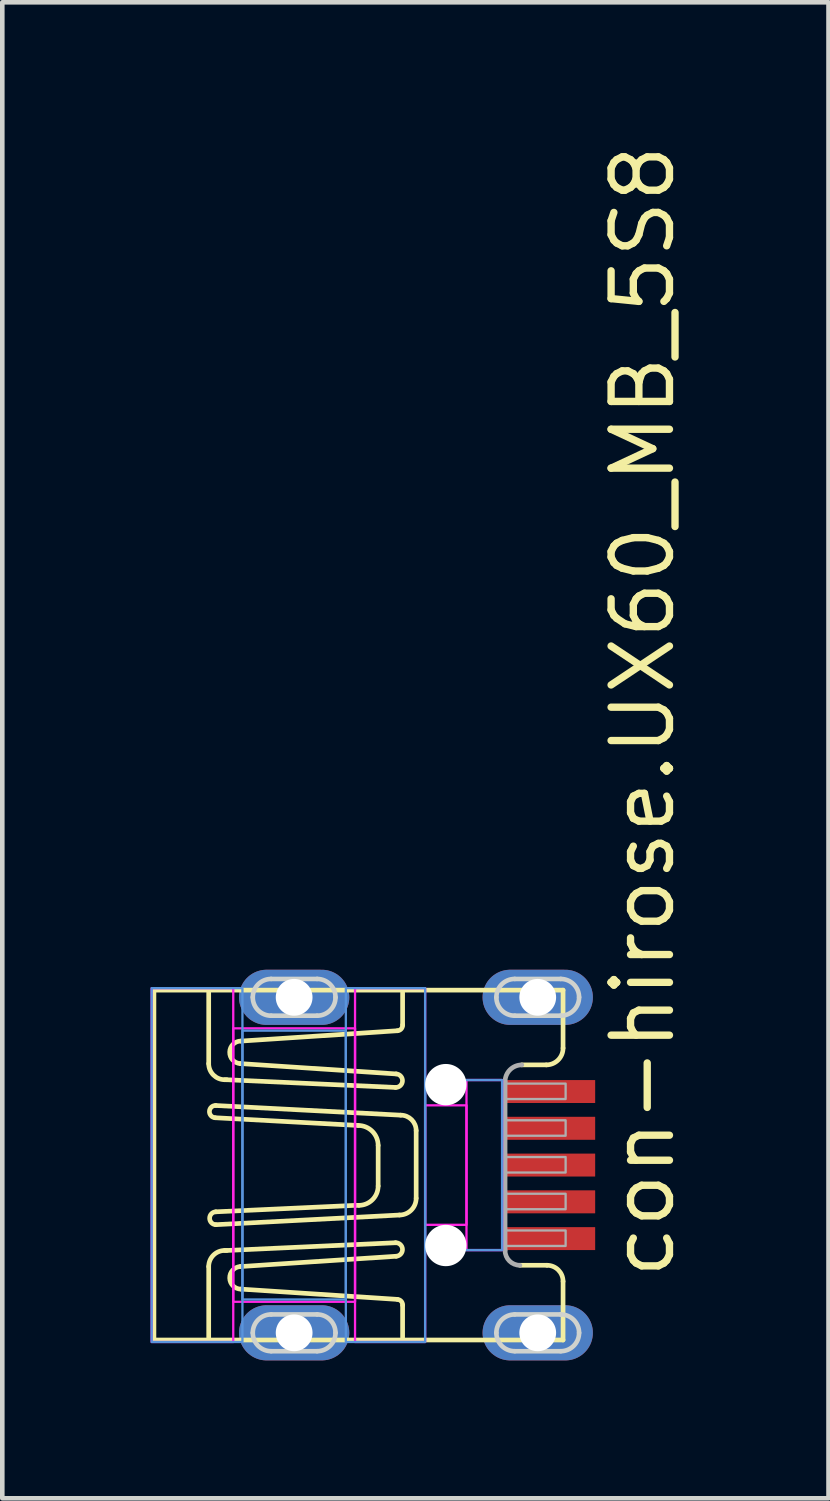
<source format=kicad_pcb>
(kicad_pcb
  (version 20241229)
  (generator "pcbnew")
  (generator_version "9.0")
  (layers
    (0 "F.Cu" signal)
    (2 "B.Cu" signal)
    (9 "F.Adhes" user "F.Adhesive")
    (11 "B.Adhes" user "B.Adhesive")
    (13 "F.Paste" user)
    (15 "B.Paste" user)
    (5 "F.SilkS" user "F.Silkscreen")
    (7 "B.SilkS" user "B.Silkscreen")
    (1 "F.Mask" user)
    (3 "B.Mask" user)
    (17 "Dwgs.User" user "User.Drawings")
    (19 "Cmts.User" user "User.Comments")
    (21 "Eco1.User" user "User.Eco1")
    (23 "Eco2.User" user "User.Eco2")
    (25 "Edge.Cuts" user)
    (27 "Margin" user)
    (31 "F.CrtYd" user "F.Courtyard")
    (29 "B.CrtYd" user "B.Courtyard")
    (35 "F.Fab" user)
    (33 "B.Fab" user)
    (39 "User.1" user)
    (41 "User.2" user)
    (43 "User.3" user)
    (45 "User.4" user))
  (footprint "con-hirose.UX60_MB_5S8"
    (layer "F.Cu")
    (at 0.25 22.3)
    (property "Reference" "con-hirose.UX60_MB_5S8" (at 11.43 2.54 90) (layer "F.SilkS") (effects (font (size 1.27 1.27) (thickness 0.16)) (justify left bottom)))
    (attr smd)
    (fp_line (start 0.049 -3.806) (end 8.951 -3.806) (stroke (width 0.102) (type default)) (layer "F.SilkS"))
    (fp_line (start 0.049 3.806) (end 0.049 -3.806) (stroke (width 0.102) (type default)) (layer "F.SilkS"))
    (fp_line (start 1.241 -3.75) (end 1.241 -2.208) (stroke (width 0.102) (type default)) (layer "F.SilkS"))
    (fp_line (start 1.241 3.75) (end 1.241 2.208) (stroke (width 0.102) (type default)) (layer "F.SilkS"))
    (fp_line (start 1.381 -1.03) (end 4.493 -0.862) (stroke (width 0.102) (type default)) (layer "F.SilkS"))
    (fp_line (start 1.395 1.297) (end 5.39 1.087) (stroke (width 0.102) (type default)) (layer "F.SilkS"))
    (fp_line (start 1.591 -1.857) (end 1.633 -1.857) (stroke (width 0.102) (type default)) (layer "F.SilkS"))
    (fp_line (start 1.591 1.858) (end 1.633 1.858) (stroke (width 0.102) (type default)) (layer "F.SilkS"))
    (fp_line (start 1.633 -1.857) (end 5.306 -1.689) (stroke (width 0.102) (type default)) (layer "F.SilkS"))
    (fp_line (start 1.633 1.858) (end 5.306 1.69) (stroke (width 0.102) (type default)) (layer "F.SilkS"))
    (fp_line (start 1.942 -2.698) (end 5.348 -2.923) (stroke (width 0.102) (type default)) (layer "F.SilkS"))
    (fp_line (start 1.942 2.699) (end 5.348 2.923) (stroke (width 0.102) (type default)) (layer "F.SilkS"))
    (fp_line (start 4.437 0.876) (end 1.395 1.017) (stroke (width 0.102) (type default)) (layer "F.SilkS"))
    (fp_line (start 4.507 0.876) (end 4.437 0.876) (stroke (width 0.102) (type default)) (layer "F.SilkS"))
    (fp_line (start 4.928 -0.427) (end 4.928 0.456) (stroke (width 0.102) (type default)) (layer "F.SilkS"))
    (fp_line (start 5.32 -1.983) (end 1.928 -2.208) (stroke (width 0.102) (type default)) (layer "F.SilkS"))
    (fp_line (start 5.32 1.984) (end 1.928 2.208) (stroke (width 0.102) (type default)) (layer "F.SilkS"))
    (fp_line (start 5.418 -1.086) (end 1.395 -1.296) (stroke (width 0.102) (type default)) (layer "F.SilkS"))
    (fp_line (start 5.46 -3.049) (end 5.46 -3.75) (stroke (width 0.102) (type default)) (layer "F.SilkS"))
    (fp_line (start 5.46 3.049) (end 5.46 3.75) (stroke (width 0.102) (type default)) (layer "F.SilkS"))
    (fp_line (start 5.755 0.722) (end 5.755 -0.75) (stroke (width 0.102) (type default)) (layer "F.SilkS"))
    (fp_line (start 8.012 2.18) (end 8.601 2.18) (stroke (width 0.102) (type default)) (layer "F.SilkS"))
    (fp_line (start 8.587 -2.18) (end 8.054 -2.18) (stroke (width 0.102) (type default)) (layer "F.SilkS"))
    (fp_line (start 8.951 -3.806) (end 8.951 -2.544) (stroke (width 0.102) (type default)) (layer "F.SilkS"))
    (fp_line (start 8.951 2.531) (end 8.951 3.806) (stroke (width 0.102) (type default)) (layer "F.SilkS"))
    (fp_line (start 8.951 3.806) (end 0.049 3.806) (stroke (width 0.102) (type default)) (layer "F.SilkS"))
    (fp_arc (start 1.2408 2.2083) (mid 1.343488 1.960488) (end 1.5913 1.8578) (stroke (width 0.1016) (type default)) (layer "F.SilkS"))
    (fp_arc (start 1.3809 -1.0301) (mid 1.2547 -1.1703) (end 1.3949 -1.2965) (stroke (width 0.1016) (type default)) (layer "F.SilkS"))
    (fp_arc (start 1.3949 1.297) (mid 1.261099 1.15685) (end 1.3949 1.0167) (stroke (width 0.1016) (type default)) (layer "F.SilkS"))
    (fp_arc (start 1.5912 -1.8572) (mid 1.34333 -1.95983) (end 1.2407 -2.2077) (stroke (width 0.1016) (type default)) (layer "F.SilkS"))
    (fp_arc (start 1.9276 -2.2077) (mid 1.698278 -2.459792) (end 1.9416 -2.6984) (stroke (width 0.1016) (type default)) (layer "F.SilkS"))
    (fp_arc (start 1.9417 2.699) (mid 1.698378 2.460392) (end 1.9277 2.2083) (stroke (width 0.1016) (type default)) (layer "F.SilkS"))
    (fp_arc (start 4.4931 -0.8619) (mid 4.800409 -0.734609) (end 4.9277 -0.4273) (stroke (width 0.1016) (type default)) (layer "F.SilkS"))
    (fp_arc (start 4.9277 0.4559) (mid 4.804509 0.753309) (end 4.5071 0.8765) (stroke (width 0.1016) (type default)) (layer "F.SilkS"))
    (fp_arc (start 5.3063 1.6896) (mid 5.4602 1.829814) (end 5.3203 1.984) (stroke (width 0.1016) (type default)) (layer "F.SilkS"))
    (fp_arc (start 5.3202 -1.9834) (mid 5.4601 -1.829214) (end 5.3062 -1.689) (stroke (width 0.1016) (type default)) (layer "F.SilkS"))
    (fp_arc (start 5.3483 2.9233) (mid 5.43024 2.963358) (end 5.4605 3.0494) (stroke (width 0.1016) (type default)) (layer "F.SilkS"))
    (fp_arc (start 5.4183 -1.0862) (mid 5.656212 -0.987612) (end 5.7548 -0.7497) (stroke (width 0.1016) (type default)) (layer "F.SilkS"))
    (fp_arc (start 5.4604 -3.0488) (mid 5.43014 -2.962758) (end 5.3482 -2.9227) (stroke (width 0.1016) (type default)) (layer "F.SilkS"))
    (fp_arc (start 5.7548 0.7223) (mid 5.648011 0.980011) (end 5.3903 1.0868) (stroke (width 0.1016) (type default)) (layer "F.SilkS"))
    (fp_arc (start 8.6006 2.1802) (mid 8.84847 2.28283) (end 8.9511 2.5307) (stroke (width 0.1016) (type default)) (layer "F.SilkS"))
    (fp_arc (start 8.9511 -2.5442) (mid 8.84437 -2.28643) (end 8.5866 -2.1797) (stroke (width 0.1016) (type default)) (layer "F.SilkS"))
    (fp_rect (start 0 3.85) (end 1.975 -3.85) (stroke (width 0.05) (type default)) (fill no) (layer "Cmts.User"))
    (fp_rect (start 1.975 2.925) (end 4.225 -2.925) (stroke (width 0.05) (type default)) (fill no) (layer "Cmts.User"))
    (fp_rect (start 4.225 3.85) (end 5.95 -3.85) (stroke (width 0.05) (type default)) (fill no) (layer "Cmts.User"))
    (fp_rect (start 5.95 1.85) (end 7.625 -1.85) (stroke (width 0.05) (type default)) (fill no) (layer "Cmts.User"))
    (fp_line (start 2.6 -4.05) (end 3.6 -4.05) (stroke (width 0.1) (type default)) (layer "Edge.Cuts"))
    (fp_line (start 2.6 3.25) (end 3.6 3.25) (stroke (width 0.1) (type default)) (layer "Edge.Cuts"))
    (fp_line (start 3.6 -3.25) (end 2.6 -3.25) (stroke (width 0.1) (type default)) (layer "Edge.Cuts"))
    (fp_line (start 3.6 4.05) (end 2.6 4.05) (stroke (width 0.1) (type default)) (layer "Edge.Cuts"))
    (fp_line (start 7.9 -4.05) (end 8.9 -4.05) (stroke (width 0.1) (type default)) (layer "Edge.Cuts"))
    (fp_line (start 7.9 3.25) (end 8.9 3.25) (stroke (width 0.1) (type default)) (layer "Edge.Cuts"))
    (fp_line (start 8.9 -3.25) (end 7.9 -3.25) (stroke (width 0.1) (type default)) (layer "Edge.Cuts"))
    (fp_line (start 8.9 4.05) (end 7.9 4.05) (stroke (width 0.1) (type default)) (layer "Edge.Cuts"))
    (fp_arc (start 2.2 -3.65) (mid 2.317157 -3.932843) (end 2.6 -4.05) (stroke (width 0.1) (type default)) (layer "Edge.Cuts"))
    (fp_arc (start 2.2 3.65) (mid 2.317157 3.367157) (end 2.6 3.25) (stroke (width 0.1) (type default)) (layer "Edge.Cuts"))
    (fp_arc (start 2.6 -3.25) (mid 2.317157 -3.367157) (end 2.2 -3.65) (stroke (width 0.1) (type default)) (layer "Edge.Cuts"))
    (fp_arc (start 2.6 4.05) (mid 2.317157 3.932843) (end 2.2 3.65) (stroke (width 0.1) (type default)) (layer "Edge.Cuts"))
    (fp_arc (start 3.6 -4.05) (mid 3.882843 -3.932843) (end 4 -3.65) (stroke (width 0.1) (type default)) (layer "Edge.Cuts"))
    (fp_arc (start 3.6 3.25) (mid 3.882843 3.367157) (end 4 3.65) (stroke (width 0.1) (type default)) (layer "Edge.Cuts"))
    (fp_arc (start 4 -3.65) (mid 3.882843 -3.367157) (end 3.6 -3.25) (stroke (width 0.1) (type default)) (layer "Edge.Cuts"))
    (fp_arc (start 4 3.65) (mid 3.882843 3.932843) (end 3.6 4.05) (stroke (width 0.1) (type default)) (layer "Edge.Cuts"))
    (fp_arc (start 7.5 -3.65) (mid 7.617157 -3.932843) (end 7.9 -4.05) (stroke (width 0.1) (type default)) (layer "Edge.Cuts"))
    (fp_arc (start 7.5 3.65) (mid 7.617157 3.367157) (end 7.9 3.25) (stroke (width 0.1) (type default)) (layer "Edge.Cuts"))
    (fp_arc (start 7.9 -3.25) (mid 7.617157 -3.367157) (end 7.5 -3.65) (stroke (width 0.1) (type default)) (layer "Edge.Cuts"))
    (fp_arc (start 7.9 4.05) (mid 7.617157 3.932843) (end 7.5 3.65) (stroke (width 0.1) (type default)) (layer "Edge.Cuts"))
    (fp_arc (start 8.9 -4.05) (mid 9.182843 -3.932843) (end 9.3 -3.65) (stroke (width 0.1) (type default)) (layer "Edge.Cuts"))
    (fp_arc (start 8.9 3.25) (mid 9.182843 3.367157) (end 9.3 3.65) (stroke (width 0.1) (type default)) (layer "Edge.Cuts"))
    (fp_arc (start 9.3 -3.65) (mid 9.182843 -3.367157) (end 8.9 -3.25) (stroke (width 0.1) (type default)) (layer "Edge.Cuts"))
    (fp_arc (start 9.3 3.65) (mid 9.182843 3.932843) (end 8.9 4.05) (stroke (width 0.1) (type default)) (layer "Edge.Cuts"))
    (fp_rect (start 0 3.85) (end 1.775 -3.85) (stroke (width 0.05) (type default)) (fill no) (layer "F.CrtYd"))
    (fp_rect (start 1.775 2.975) (end 4.425 -2.975) (stroke (width 0.05) (type default)) (fill no) (layer "F.CrtYd"))
    (fp_rect (start 4.425 3.85) (end 5.95 -3.85) (stroke (width 0.05) (type default)) (fill no) (layer "F.CrtYd"))
    (fp_rect (start 5.95 1.3) (end 6.85 -1.3) (stroke (width 0.05) (type default)) (fill no) (layer "F.CrtYd"))
    (fp_rect (start 6.85 1.85) (end 7.625 -1.85) (stroke (width 0.05) (type default)) (fill no) (layer "F.CrtYd"))
    (fp_line (start 7.689 -1.815) (end 7.689 1.858) (stroke (width 0.102) (type default)) (layer "F.Fab"))
    (fp_rect (start 7.703 -1.437) (end 9.007 -1.773) (stroke (width 0.05) (type default)) (fill no) (layer "F.Fab"))
    (fp_rect (start 7.703 -0.638) (end 9.007 -0.974) (stroke (width 0.05) (type default)) (fill no) (layer "F.Fab"))
    (fp_rect (start 7.703 0.162) (end 9.007 -0.175) (stroke (width 0.05) (type default)) (fill no) (layer "F.Fab"))
    (fp_rect (start 7.703 0.961) (end 9.007 0.624) (stroke (width 0.05) (type default)) (fill no) (layer "F.Fab"))
    (fp_rect (start 7.703 1.76) (end 9.007 1.423) (stroke (width 0.05) (type default)) (fill no) (layer "F.Fab"))
    (fp_arc (start 7.6894 -1.8152) (mid 7.79616 -2.07294) (end 8.0539 -2.1797) (stroke (width 0.1016) (type default)) (layer "F.Fab"))
    (fp_arc (start 8.0118 2.1802) (mid 7.783829 2.085771) (end 7.6894 1.8578) (stroke (width 0.1016) (type default)) (layer "F.Fab"))
    (pad "" np_thru_hole circle (at 6.4 -1.75) (size 0.9 0.9) (drill 0.9) (layers "*.Cu" "*.Mask"))
    (pad "" np_thru_hole circle (at 6.4 1.75) (size 0.9 0.9) (drill 0.9) (layers "*.Cu" "*.Mask"))
    (pad "1" smd roundrect (at 8.65 -1.6) (size 2 0.5) (layers "F.Cu" "F.Mask" "F.Paste") (roundrect_rratio 0.01))
    (pad "2" smd roundrect (at 8.65 -0.8) (size 2 0.5) (layers "F.Cu" "F.Mask" "F.Paste") (roundrect_rratio 0.01))
    (pad "3" smd roundrect (at 8.65 0) (size 2 0.5) (layers "F.Cu" "F.Mask" "F.Paste") (roundrect_rratio 0.01))
    (pad "4" smd roundrect (at 8.65 0.8) (size 2 0.5) (layers "F.Cu" "F.Mask" "F.Paste") (roundrect_rratio 0.01))
    (pad "5" smd roundrect (at 8.65 1.6) (size 2 0.5) (layers "F.Cu" "F.Mask" "F.Paste") (roundrect_rratio 0.01))
    (pad "M1" thru_hole oval (at 3.1 3.65) (size 2.4 1.2) (drill 0.8) (layers "*.Cu" "*.Mask"))
    (pad "M2" thru_hole oval (at 3.1 -3.65) (size 2.4 1.2) (drill 0.8) (layers "*.Cu" "*.Mask"))
    (pad "M3" thru_hole oval (at 8.4 -3.65) (size 2.4 1.2) (drill 0.8) (layers "*.Cu" "*.Mask"))
    (pad "M4" thru_hole oval (at 8.4 3.65) (size 2.4 1.2) (drill 0.8) (layers "*.Cu" "*.Mask")))
  (gr_rect
    (start -3 -3)
    (end 14.977 29.55)
    (stroke (width 0.1) (type default))
    (fill no)
    (layer "Edge.Cuts")))
</source>
